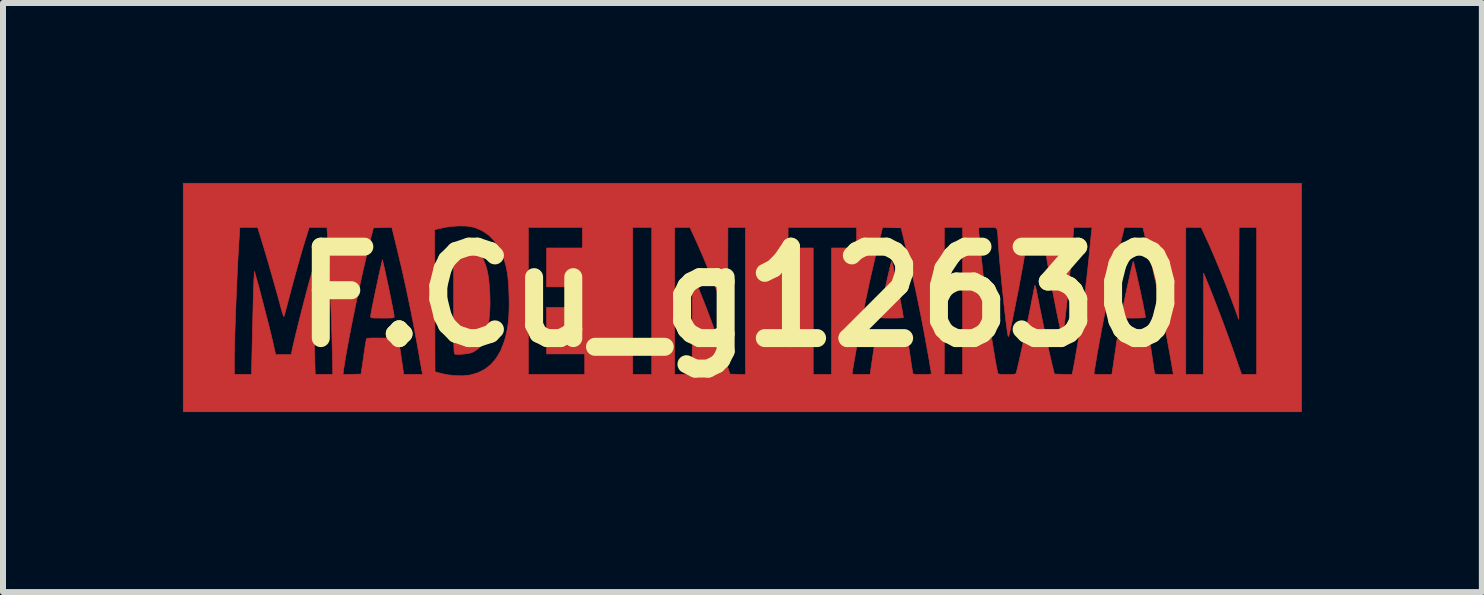
<source format=kicad_pcb>
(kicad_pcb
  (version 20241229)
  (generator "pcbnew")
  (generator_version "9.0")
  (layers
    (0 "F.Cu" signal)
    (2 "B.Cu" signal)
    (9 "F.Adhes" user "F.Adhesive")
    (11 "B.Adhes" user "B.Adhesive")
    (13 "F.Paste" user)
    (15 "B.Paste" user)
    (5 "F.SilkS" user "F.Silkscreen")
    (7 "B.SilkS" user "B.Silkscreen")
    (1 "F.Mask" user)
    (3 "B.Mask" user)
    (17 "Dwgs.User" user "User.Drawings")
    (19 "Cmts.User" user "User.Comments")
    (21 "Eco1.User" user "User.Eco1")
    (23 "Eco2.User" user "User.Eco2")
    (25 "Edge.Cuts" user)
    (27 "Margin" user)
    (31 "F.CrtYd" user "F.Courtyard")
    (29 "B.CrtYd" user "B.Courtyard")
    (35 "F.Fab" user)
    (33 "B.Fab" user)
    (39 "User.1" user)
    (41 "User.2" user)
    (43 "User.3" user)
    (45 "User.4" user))
  (footprint "F.Cu_g12630"
    (layer "F.Cu")
    (at 9.301 1.897)
    (property "Reference" "F.Cu_g12630" (at 0 0 0) (layer "F.SilkS") (effects (font (size 1.524 1.524) (thickness 0.3))))
    (attr through_hole)
    (fp_poly (pts (xy -5.947 -0.495) (xy -5.935 -0.444) (xy -5.921 -0.377) (xy -5.904 -0.298) (xy -5.885 -0.212) (xy -5.866 -0.121) (xy -5.847 -0.029) (xy -5.829 0.06) (xy -5.813 0.142) (xy -5.799 0.213) (xy -5.788 0.271) (xy -5.781 0.312) (xy -5.779 0.331) (xy -5.78 0.34) (xy -5.786 0.347) (xy -5.802 0.351) (xy -5.83 0.354) (xy -5.874 0.355) (xy -5.938 0.356) (xy -5.975 0.356) (xy -6.05 0.355) (xy -6.103 0.355) (xy -6.138 0.353) (xy -6.158 0.35) (xy -6.168 0.344) (xy -6.172 0.336) (xy -6.172 0.327) (xy -6.17 0.304) (xy -6.162 0.26) (xy -6.151 0.198) (xy -6.136 0.122) (xy -6.118 0.034) (xy -6.098 -0.062) (xy -6.077 -0.162) (xy -6.055 -0.263) (xy -6.034 -0.362) (xy -6.024 -0.406) (xy -5.976 -0.616) (xy -5.947 -0.495)) (stroke (width 0.01) (type solid)) (fill yes) (layer "F.Cu"))
    (fp_poly (pts (xy 6.545 -0.579) (xy 6.554 -0.548) (xy 6.566 -0.498) (xy 6.582 -0.434) (xy 6.6 -0.357) (xy 6.619 -0.272) (xy 6.639 -0.181) (xy 6.66 -0.089) (xy 6.679 0.003) (xy 6.697 0.09) (xy 6.713 0.17) (xy 6.727 0.239) (xy 6.737 0.294) (xy 6.743 0.331) (xy 6.744 0.345) (xy 6.732 0.348) (xy 6.699 0.352) (xy 6.649 0.354) (xy 6.586 0.355) (xy 6.54 0.356) (xy 6.472 0.355) (xy 6.413 0.355) (xy 6.369 0.354) (xy 6.342 0.352) (xy 6.337 0.352) (xy 6.34 0.332) (xy 6.347 0.291) (xy 6.359 0.234) (xy 6.373 0.162) (xy 6.39 0.079) (xy 6.409 -0.01) (xy 6.429 -0.104) (xy 6.449 -0.198) (xy 6.469 -0.289) (xy 6.488 -0.374) (xy 6.505 -0.449) (xy 6.52 -0.511) (xy 6.531 -0.557) (xy 6.538 -0.583) (xy 6.54 -0.588) (xy 6.545 -0.579)) (stroke (width 0.01) (type solid)) (fill yes) (layer "F.Cu"))
    (fp_poly (pts (xy 2.521 -0.572) (xy 2.531 -0.534) (xy 2.544 -0.479) (xy 2.56 -0.409) (xy 2.578 -0.329) (xy 2.597 -0.24) (xy 2.616 -0.148) (xy 2.635 -0.054) (xy 2.654 0.038) (xy 2.67 0.123) (xy 2.685 0.2) (xy 2.696 0.264) (xy 2.704 0.313) (xy 2.708 0.342) (xy 2.707 0.349) (xy 2.693 0.351) (xy 2.658 0.353) (xy 2.606 0.355) (xy 2.543 0.355) (xy 2.506 0.356) (xy 2.429 0.355) (xy 2.374 0.354) (xy 2.338 0.351) (xy 2.318 0.346) (xy 2.312 0.34) (xy 2.311 0.339) (xy 2.314 0.314) (xy 2.321 0.271) (xy 2.332 0.211) (xy 2.347 0.138) (xy 2.364 0.056) (xy 2.383 -0.033) (xy 2.403 -0.125) (xy 2.423 -0.217) (xy 2.443 -0.306) (xy 2.462 -0.388) (xy 2.479 -0.46) (xy 2.493 -0.519) (xy 2.505 -0.562) (xy 2.513 -0.585) (xy 2.515 -0.588) (xy 2.521 -0.572)) (stroke (width 0.01) (type solid)) (fill yes) (layer "F.Cu"))
    (fp_poly (pts (xy -4.658 -0.823) (xy -4.554 -0.812) (xy -4.467 -0.788) (xy -4.396 -0.748) (xy -4.338 -0.692) (xy -4.291 -0.616) (xy -4.252 -0.518) (xy -4.23 -0.44) (xy -4.215 -0.369) (xy -4.203 -0.28) (xy -4.193 -0.177) (xy -4.186 -0.069) (xy -4.182 0.041) (xy -4.182 0.144) (xy -4.184 0.203) (xy -4.197 0.368) (xy -4.217 0.509) (xy -4.245 0.629) (xy -4.281 0.728) (xy -4.327 0.807) (xy -4.382 0.868) (xy -4.447 0.913) (xy -4.495 0.934) (xy -4.536 0.944) (xy -4.59 0.952) (xy -4.648 0.958) (xy -4.704 0.961) (xy -4.747 0.96) (xy -4.766 0.957) (xy -4.77 0.955) (xy -4.774 0.949) (xy -4.777 0.938) (xy -4.779 0.921) (xy -4.782 0.895) (xy -4.783 0.858) (xy -4.785 0.81) (xy -4.786 0.747) (xy -4.787 0.669) (xy -4.787 0.574) (xy -4.788 0.46) (xy -4.788 0.324) (xy -4.788 0.167) (xy -4.788 0.061) (xy -4.788 -0.829) (xy -4.658 -0.823)) (stroke (width 0.01) (type solid)) (fill yes) (layer "F.Cu"))
    (fp_poly (pts (xy 9.347 1.918) (xy -9.296 1.918) (xy -9.296 1.296) (xy -6.633 1.296) (xy -6.483 1.293) (xy -6.332 1.289) (xy -6.29 1.003) (xy -6.278 0.92) (xy -6.267 0.846) (xy -6.257 0.782) (xy -6.249 0.735) (xy -6.244 0.707) (xy -6.242 0.701) (xy -6.235 0.696) (xy -6.214 0.692) (xy -6.178 0.689) (xy -6.125 0.688) (xy -6.05 0.688) (xy -5.973 0.689) (xy -5.709 0.692) (xy -5.664 0.994) (xy -5.62 1.295) (xy -5.463 1.295) (xy -5.307 1.295) (xy -5.313 1.26) (xy -5.318 1.238) (xy -5.325 1.195) (xy -5.336 1.135) (xy -5.349 1.062) (xy -5.363 0.979) (xy -5.372 0.927) (xy -5.438 0.562) (xy -5.506 0.214) (xy -5.577 -0.126) (xy -5.653 -0.468) (xy -5.736 -0.816) (xy -5.809 -1.117) (xy -5.106 -1.117) (xy -5.102 0.067) (xy -5.099 1.25) (xy -5.042 1.267) (xy -4.91 1.298) (xy -4.775 1.315) (xy -4.644 1.318) (xy -4.525 1.306) (xy -4.502 1.302) (xy -4.374 1.263) (xy -4.26 1.203) (xy -4.16 1.122) (xy -4.075 1.02) (xy -4.003 0.897) (xy -3.947 0.753) (xy -3.925 0.679) (xy -3.9 0.572) (xy -3.882 0.463) (xy -3.87 0.345) (xy -3.864 0.215) (xy -3.863 0.067) (xy -3.865 -0.013) (xy -3.87 -0.161) (xy -3.88 -0.289) (xy -3.894 -0.402) (xy -3.914 -0.503) (xy -3.94 -0.599) (xy -3.973 -0.692) (xy -4.036 -0.824) (xy -4.114 -0.936) (xy -4.205 -1.028) (xy -4.311 -1.1) (xy -4.428 -1.15) (xy -4.45 -1.156) (xy -3.543 -1.156) (xy -3.543 1.295) (xy -2.603 1.295) (xy -2.603 0.953) (xy -3.239 0.953) (xy -3.239 0.178) (xy -2.705 0.178) (xy -2.705 -0.165) (xy -3.239 -0.165) (xy -3.239 -0.813) (xy -2.642 -0.813) (xy -2.642 -1.156) (xy -1.803 -1.156) (xy -1.803 1.295) (xy -1.486 1.295) (xy -1.486 -1.156) (xy -1.105 -1.156) (xy -1.105 1.295) (xy -0.813 1.295) (xy -0.806 -0.387) (xy -0.713 -0.159) (xy -0.648 0.003) (xy -0.577 0.183) (xy -0.505 0.375) (xy -0.432 0.571) (xy -0.362 0.766) (xy -0.296 0.953) (xy -0.285 0.984) (xy -0.181 1.289) (xy -0.052 1.293) (xy 0.076 1.296) (xy 0.076 -1.156) (xy 0.787 -1.156) (xy 0.787 -0.813) (xy 1.206 -0.813) (xy 1.206 1.295) (xy 1.511 1.295) (xy 1.511 1.286) (xy 1.854 1.286) (xy 1.866 1.29) (xy 1.898 1.293) (xy 1.946 1.295) (xy 2.004 1.295) (xy 2.154 1.295) (xy 2.196 1.007) (xy 2.208 0.924) (xy 2.22 0.849) (xy 2.23 0.785) (xy 2.237 0.737) (xy 2.243 0.709) (xy 2.244 0.703) (xy 2.252 0.697) (xy 2.271 0.692) (xy 2.305 0.689) (xy 2.356 0.687) (xy 2.428 0.686) (xy 2.514 0.686) (xy 2.777 0.686) (xy 2.818 0.962) (xy 2.83 1.044) (xy 2.841 1.12) (xy 2.851 1.184) (xy 2.859 1.232) (xy 2.864 1.262) (xy 2.865 1.267) (xy 2.868 1.279) (xy 2.876 1.287) (xy 2.893 1.292) (xy 2.922 1.294) (xy 2.969 1.295) (xy 3.023 1.295) (xy 3.09 1.295) (xy 3.135 1.293) (xy 3.162 1.289) (xy 3.173 1.283) (xy 3.175 1.278) (xy 3.173 1.259) (xy 3.166 1.219) (xy 3.156 1.159) (xy 3.143 1.083) (xy 3.128 0.995) (xy 3.11 0.896) (xy 3.091 0.791) (xy 3.071 0.682) (xy 3.051 0.571) (xy 3.034 0.483) (xy 2.999 0.303) (xy 2.959 0.105) (xy 2.915 -0.104) (xy 2.868 -0.317) (xy 2.82 -0.528) (xy 2.773 -0.731) (xy 2.751 -0.819) (xy 2.671 -1.149) (xy 2.517 -1.153) (xy 2.397 -1.156) (xy 3.391 -1.156) (xy 3.391 1.295) (xy 3.696 1.295) (xy 3.696 -1.13) (xy 3.962 -1.13) (xy 3.964 -1.106) (xy 3.968 -1.06) (xy 3.974 -0.995) (xy 3.982 -0.914) (xy 3.991 -0.821) (xy 4.001 -0.719) (xy 4.013 -0.612) (xy 4.025 -0.501) (xy 4.036 -0.392) (xy 4.048 -0.286) (xy 4.059 -0.188) (xy 4.07 -0.099) (xy 4.078 -0.032) (xy 4.091 0.07) (xy 4.106 0.182) (xy 4.123 0.301) (xy 4.141 0.426) (xy 4.16 0.551) (xy 4.179 0.676) (xy 4.198 0.797) (xy 4.217 0.911) (xy 4.234 1.015) (xy 4.25 1.106) (xy 4.264 1.181) (xy 4.276 1.238) (xy 4.284 1.274) (xy 4.286 1.28) (xy 4.297 1.287) (xy 4.327 1.292) (xy 4.376 1.295) (xy 4.437 1.295) (xy 4.501 1.295) (xy 4.543 1.293) (xy 4.569 1.29) (xy 4.583 1.283) (xy 4.589 1.274) (xy 4.589 1.273) (xy 4.601 1.228) (xy 4.617 1.162) (xy 4.637 1.076) (xy 4.66 0.974) (xy 4.685 0.86) (xy 4.712 0.736) (xy 4.739 0.605) (xy 4.768 0.47) (xy 4.796 0.335) (xy 4.823 0.202) (xy 4.848 0.074) (xy 4.872 -0.045) (xy 4.892 -0.153) (xy 4.896 -0.171) (xy 4.899 -0.185) (xy 4.903 -0.188) (xy 4.909 -0.178) (xy 4.916 -0.153) (xy 4.926 -0.11) (xy 4.939 -0.047) (xy 4.955 0.037) (xy 4.96 0.064) (xy 4.988 0.204) (xy 5.019 0.355) (xy 5.051 0.511) (xy 5.084 0.666) (xy 5.116 0.815) (xy 5.147 0.953) (xy 5.175 1.073) (xy 5.185 1.118) (xy 5.227 1.289) (xy 5.375 1.293) (xy 5.523 1.296) (xy 5.526 1.279) (xy 5.887 1.279) (xy 5.891 1.287) (xy 5.905 1.292) (xy 5.931 1.294) (xy 5.976 1.295) (xy 6.034 1.295) (xy 6.184 1.295) (xy 6.191 1.254) (xy 6.195 1.228) (xy 6.202 1.182) (xy 6.211 1.121) (xy 6.221 1.05) (xy 6.23 0.991) (xy 6.241 0.915) (xy 6.251 0.846) (xy 6.259 0.788) (xy 6.266 0.746) (xy 6.269 0.727) (xy 6.277 0.686) (xy 6.805 0.686) (xy 6.812 0.721) (xy 6.816 0.745) (xy 6.823 0.788) (xy 6.832 0.846) (xy 6.843 0.913) (xy 6.854 0.986) (xy 6.865 1.06) (xy 6.875 1.13) (xy 6.884 1.192) (xy 6.891 1.241) (xy 6.895 1.273) (xy 6.896 1.283) (xy 6.908 1.288) (xy 6.943 1.292) (xy 6.997 1.295) (xy 7.053 1.295) (xy 7.21 1.295) (xy 7.168 1.049) (xy 7.072 0.517) (xy 6.968 -0.001) (xy 6.853 -0.518) (xy 6.801 -0.74) (xy 6.778 -0.837) (xy 6.757 -0.925) (xy 6.738 -1.003) (xy 6.723 -1.067) (xy 6.712 -1.114) (xy 6.707 -1.141) (xy 6.706 -1.146) (xy 6.694 -1.15) (xy 6.661 -1.153) (xy 6.613 -1.155) (xy 6.554 -1.156) (xy 6.549 -1.156) (xy 7.417 -1.156) (xy 7.417 1.295) (xy 7.709 1.295) (xy 7.712 0.451) (xy 7.715 -0.393) (xy 7.79 -0.212) (xy 7.832 -0.109) (xy 7.88 0.013) (xy 7.933 0.151) (xy 7.989 0.298) (xy 8.047 0.451) (xy 8.104 0.606) (xy 8.159 0.757) (xy 8.21 0.9) (xy 8.236 0.975) (xy 8.348 1.295) (xy 8.598 1.295) (xy 8.598 -1.156) (xy 8.306 -1.156) (xy 8.299 0.375) (xy 8.237 0.203) (xy 8.171 0.025) (xy 8.1 -0.16) (xy 8.027 -0.346) (xy 7.952 -0.528) (xy 7.879 -0.702) (xy 7.809 -0.862) (xy 7.744 -1.003) (xy 7.74 -1.013) (xy 7.673 -1.156) (xy 7.545 -1.156) (xy 7.417 -1.156) (xy 6.549 -1.156) (xy 6.393 -1.156) (xy 6.302 -0.784) (xy 6.204 -0.367) (xy 6.11 0.064) (xy 6.023 0.499) (xy 5.944 0.929) (xy 5.888 1.267) (xy 5.887 1.279) (xy 5.526 1.279) (xy 5.536 1.229) (xy 5.576 1.013) (xy 5.617 0.775) (xy 5.656 0.519) (xy 5.695 0.25) (xy 5.732 -0.029) (xy 5.766 -0.315) (xy 5.798 -0.602) (xy 5.822 -0.851) (xy 5.829 -0.925) (xy 5.836 -0.994) (xy 5.842 -1.052) (xy 5.847 -1.093) (xy 5.849 -1.108) (xy 5.855 -1.156) (xy 5.703 -1.156) (xy 5.552 -1.156) (xy 5.545 -1.089) (xy 5.542 -1.058) (xy 5.538 -1.007) (xy 5.532 -0.938) (xy 5.525 -0.856) (xy 5.518 -0.766) (xy 5.511 -0.679) (xy 5.5 -0.543) (xy 5.485 -0.386) (xy 5.468 -0.215) (xy 5.449 -0.035) (xy 5.429 0.149) (xy 5.408 0.332) (xy 5.387 0.509) (xy 5.383 0.537) (xy 5.376 0.589) (xy 5.369 0.63) (xy 5.362 0.655) (xy 5.359 0.66) (xy 5.353 0.648) (xy 5.343 0.614) (xy 5.33 0.558) (xy 5.314 0.485) (xy 5.294 0.397) (xy 5.273 0.295) (xy 5.251 0.182) (xy 5.227 0.061) (xy 5.202 -0.067) (xy 5.177 -0.199) (xy 5.153 -0.332) (xy 5.129 -0.464) (xy 5.111 -0.565) (xy 5.098 -0.644) (xy 5.085 -0.716) (xy 5.074 -0.776) (xy 5.066 -0.821) (xy 5.061 -0.846) (xy 5.061 -0.848) (xy 5.057 -0.86) (xy 5.048 -0.868) (xy 5.031 -0.873) (xy 5 -0.875) (xy 4.952 -0.876) (xy 4.909 -0.876) (xy 4.765 -0.876) (xy 4.757 -0.841) (xy 4.753 -0.819) (xy 4.746 -0.776) (xy 4.735 -0.716) (xy 4.722 -0.643) (xy 4.708 -0.56) (xy 4.698 -0.508) (xy 4.683 -0.423) (xy 4.665 -0.325) (xy 4.645 -0.215) (xy 4.623 -0.099) (xy 4.599 0.02) (xy 4.576 0.139) (xy 4.553 0.253) (xy 4.532 0.359) (xy 4.513 0.453) (xy 4.496 0.531) (xy 4.483 0.59) (xy 4.479 0.61) (xy 4.469 0.647) (xy 4.462 0.663) (xy 4.457 0.658) (xy 4.453 0.648) (xy 4.447 0.613) (xy 4.438 0.557) (xy 4.428 0.48) (xy 4.416 0.388) (xy 4.404 0.281) (xy 4.39 0.164) (xy 4.377 0.038) (xy 4.363 -0.092) (xy 4.35 -0.224) (xy 4.337 -0.356) (xy 4.325 -0.484) (xy 4.314 -0.605) (xy 4.304 -0.717) (xy 4.297 -0.817) (xy 4.292 -0.876) (xy 4.287 -0.968) (xy 4.283 -1.037) (xy 4.278 -1.087) (xy 4.27 -1.121) (xy 4.257 -1.142) (xy 4.238 -1.153) (xy 4.21 -1.157) (xy 4.172 -1.157) (xy 4.121 -1.156) (xy 4.115 -1.156) (xy 4.05 -1.155) (xy 4.007 -1.154) (xy 3.981 -1.151) (xy 3.968 -1.146) (xy 3.963 -1.138) (xy 3.962 -1.13) (xy 3.696 -1.13) (xy 3.696 -1.156) (xy 3.391 -1.156) (xy 2.397 -1.156) (xy 2.363 -1.156) (xy 2.351 -1.108) (xy 2.289 -0.867) (xy 2.227 -0.606) (xy 2.163 -0.329) (xy 2.101 -0.042) (xy 2.041 0.251) (xy 2 0.457) (xy 1.988 0.521) (xy 1.974 0.597) (xy 1.958 0.683) (xy 1.942 0.775) (xy 1.925 0.868) (xy 1.909 0.96) (xy 1.893 1.048) (xy 1.88 1.126) (xy 1.869 1.193) (xy 1.86 1.245) (xy 1.855 1.277) (xy 1.854 1.286) (xy 1.511 1.286) (xy 1.511 -0.813) (xy 1.93 -0.813) (xy 1.93 -1.156) (xy 0.787 -1.156) (xy 0.076 -1.156) (xy -0.216 -1.156) (xy -0.222 0.375) (xy -0.31 0.14) (xy -0.414 -0.134) (xy -0.519 -0.399) (xy -0.623 -0.651) (xy -0.725 -0.884) (xy -0.792 -1.032) (xy -0.85 -1.156) (xy -1.105 -1.156) (xy -1.486 -1.156) (xy -1.803 -1.156) (xy -2.642 -1.156) (xy -3.543 -1.156) (xy -4.45 -1.156) (xy -4.493 -1.167) (xy -4.586 -1.179) (xy -4.696 -1.181) (xy -4.814 -1.174) (xy -4.935 -1.157) (xy -5.051 -1.131) (xy -5.053 -1.131) (xy -5.106 -1.117) (xy -5.809 -1.117) (xy -5.819 -1.156) (xy -6.126 -1.149) (xy -6.174 -0.959) (xy -6.213 -0.8) (xy -6.254 -0.628) (xy -6.296 -0.447) (xy -6.338 -0.258) (xy -6.379 -0.066) (xy -6.42 0.127) (xy -6.459 0.317) (xy -6.496 0.501) (xy -6.53 0.677) (xy -6.56 0.84) (xy -6.586 0.989) (xy -6.608 1.119) (xy -6.624 1.227) (xy -6.624 1.229) (xy -6.633 1.296) (xy -9.296 1.296) (xy -9.296 1.137) (xy -8.445 1.137) (xy -8.445 1.295) (xy -8.158 1.295) (xy -8.142 0.556) (xy -8.138 0.417) (xy -8.135 0.282) (xy -8.132 0.154) (xy -8.129 0.037) (xy -8.126 -0.069) (xy -8.123 -0.159) (xy -8.12 -0.231) (xy -8.118 -0.282) (xy -8.117 -0.305) (xy -8.109 -0.425) (xy -8.049 -0.21) (xy -8.025 -0.123) (xy -7.998 -0.021) (xy -7.969 0.091) (xy -7.938 0.211) (xy -7.907 0.332) (xy -7.876 0.452) (xy -7.848 0.565) (xy -7.823 0.668) (xy -7.802 0.756) (xy -7.786 0.824) (xy -7.784 0.835) (xy -7.756 0.965) (xy -7.497 0.965) (xy -7.475 0.86) (xy -7.463 0.805) (xy -7.446 0.733) (xy -7.426 0.648) (xy -7.402 0.552) (xy -7.377 0.448) (xy -7.349 0.339) (xy -7.321 0.227) (xy -7.292 0.115) (xy -7.264 0.007) (xy -7.237 -0.095) (xy -7.212 -0.189) (xy -7.19 -0.271) (xy -7.171 -0.339) (xy -7.157 -0.39) (xy -7.147 -0.422) (xy -7.143 -0.43) (xy -7.14 -0.422) (xy -7.138 -0.394) (xy -7.137 -0.352) (xy -7.137 -0.348) (xy -7.137 -0.315) (xy -7.136 -0.261) (xy -7.135 -0.188) (xy -7.133 -0.099) (xy -7.13 0.000236) (xy -7.128 0.108) (xy -7.125 0.22) (xy -7.125 0.222) (xy -7.121 0.347) (xy -7.118 0.477) (xy -7.114 0.608) (xy -7.111 0.733) (xy -7.108 0.848) (xy -7.106 0.947) (xy -7.104 1) (xy -7.096 1.295) (xy -6.803 1.295) (xy -6.812 0.899) (xy -6.815 0.763) (xy -6.819 0.612) (xy -6.825 0.449) (xy -6.83 0.279) (xy -6.837 0.107) (xy -6.843 -0.063) (xy -6.85 -0.227) (xy -6.857 -0.38) (xy -6.863 -0.517) (xy -6.87 -0.633) (xy -6.87 -0.648) (xy -6.875 -0.733) (xy -6.881 -0.824) (xy -6.886 -0.912) (xy -6.89 -0.986) (xy -6.891 -1.006) (xy -6.9 -1.156) (xy -7.197 -1.156) (xy -7.249 -0.987) (xy -7.294 -0.842) (xy -7.342 -0.677) (xy -7.393 -0.497) (xy -7.446 -0.308) (xy -7.498 -0.113) (xy -7.526 -0.006) (xy -7.549 0.08) (xy -7.57 0.16) (xy -7.588 0.228) (xy -7.602 0.281) (xy -7.612 0.317) (xy -7.616 0.33) (xy -7.622 0.326) (xy -7.632 0.302) (xy -7.645 0.261) (xy -7.66 0.21) (xy -7.698 0.07) (xy -7.741 -0.085) (xy -7.787 -0.248) (xy -7.834 -0.413) (xy -7.88 -0.574) (xy -7.924 -0.723) (xy -7.963 -0.854) (xy -7.965 -0.86) (xy -8.056 -1.156) (xy -8.352 -1.156) (xy -8.367 -0.93) (xy -8.374 -0.814) (xy -8.382 -0.679) (xy -8.389 -0.529) (xy -8.397 -0.368) (xy -8.404 -0.199) (xy -8.412 -0.025) (xy -8.419 0.15) (xy -8.425 0.323) (xy -8.431 0.491) (xy -8.436 0.651) (xy -8.44 0.799) (xy -8.443 0.931) (xy -8.445 1.045) (xy -8.445 1.137) (xy -9.296 1.137) (xy -9.296 -1.892) (xy 9.347 -1.892) (xy 9.347 1.918)) (stroke (width 0.01) (type solid)) (fill yes) (layer "F.Cu")))
  (gr_rect
    (start -3 -3)
    (end 21.654 6.82)
    (stroke (width 0.1) (type default))
    (fill no)
    (layer "Edge.Cuts")))
</source>
